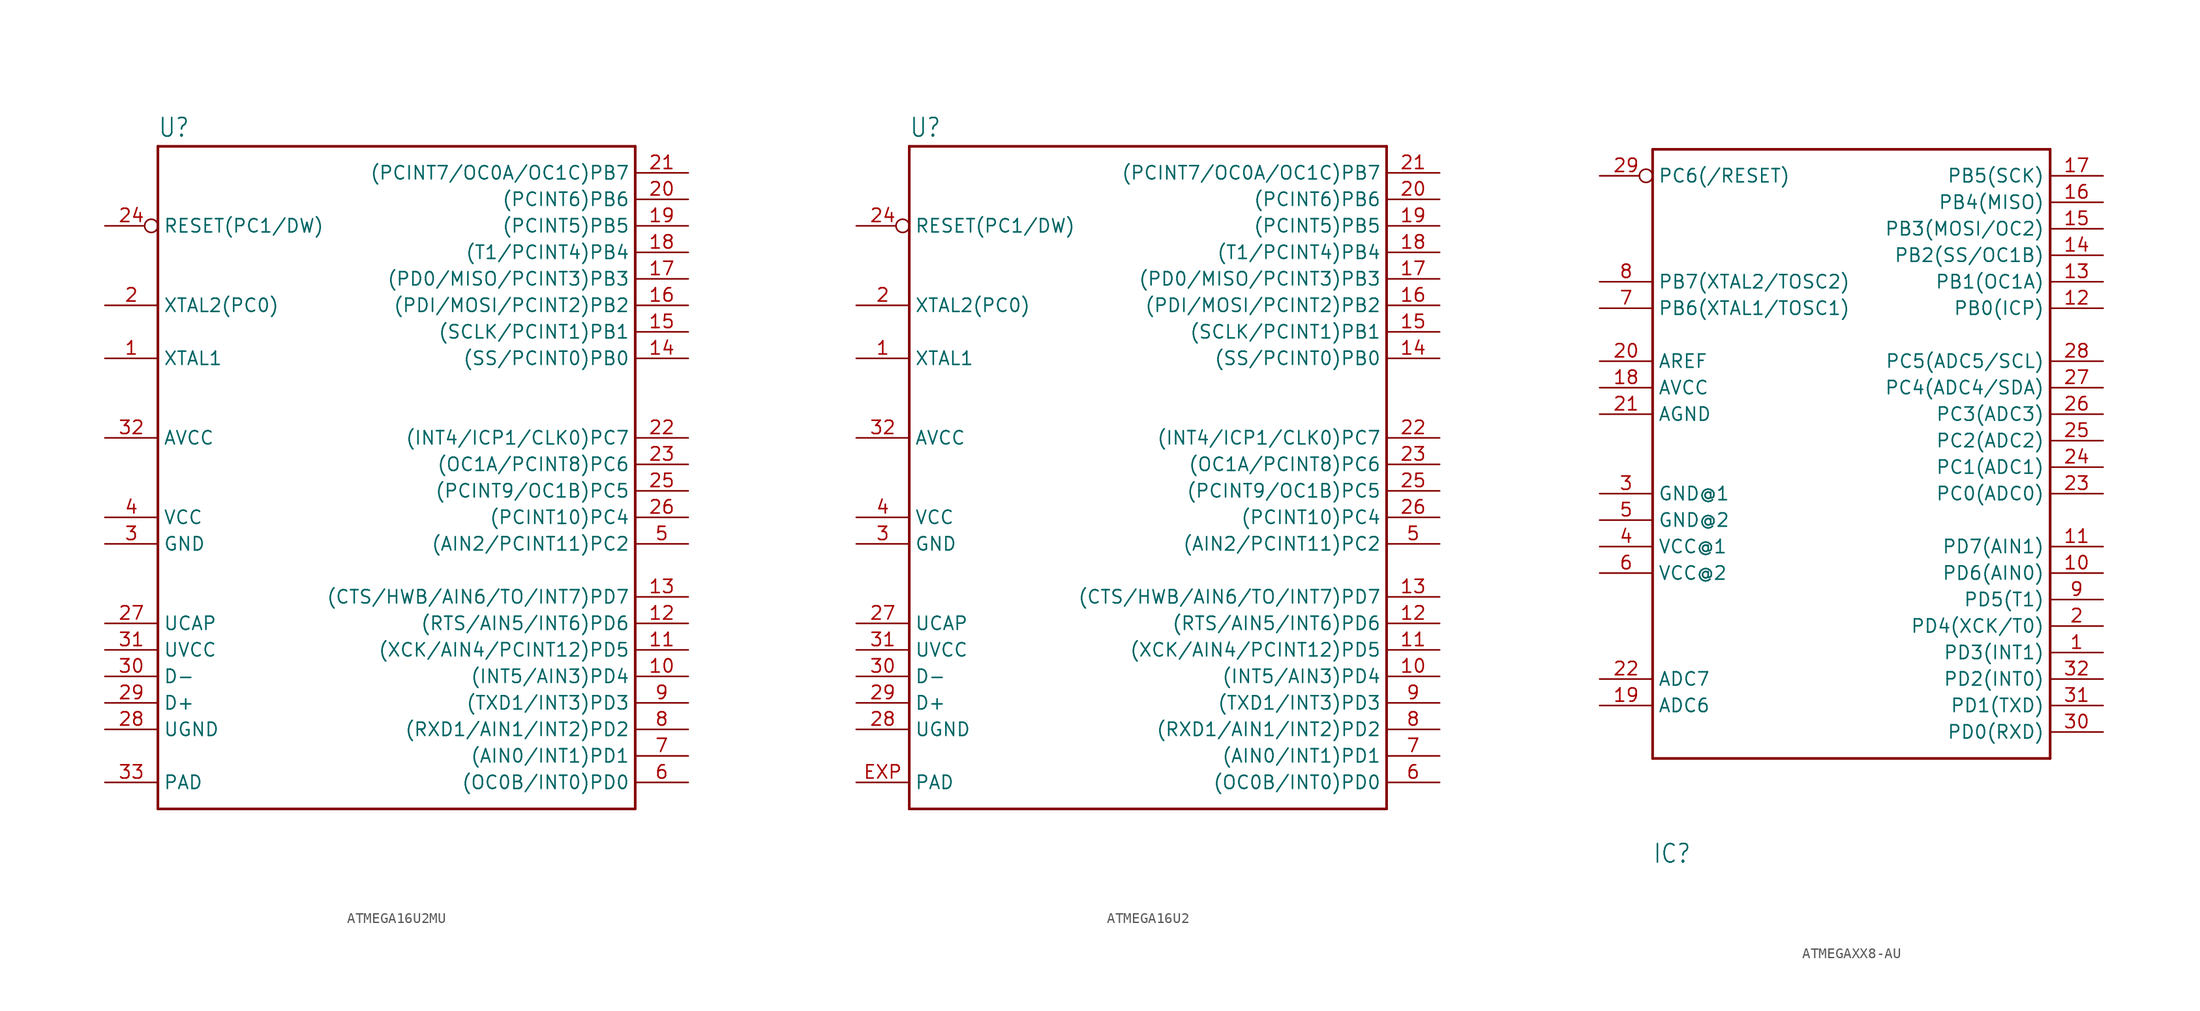
<source format=kicad_sym>
(kicad_symbol_lib
  (version 20220914)
  (generator kicad_symbol_editor)
  (symbol "ATMEGA16U2MU"
    (property "Reference" "U"
      (at -22.86 33.782 0)
      (effects (font (size 1.778 1.511)) (justify left bottom)))
    (property "Value" ""
      (at -22.86 -33.02 0)
      (effects (font (size 1.778 1.511)) (justify left bottom)))
    (property "ki_locked" ""
      (at 0 0 0)
      (effects (font (size 1.27 1.27))))
    (symbol "ATMEGA16U2MU_1_0"
      (polyline (pts (xy -22.86 -30.48) (xy -22.86 33.02)) (stroke (width 0.254) (type solid)) (fill (type none)))
      (polyline (pts (xy -22.86 33.02) (xy 22.86 33.02)) (stroke (width 0.254) (type solid)) (fill (type none)))
      (polyline (pts (xy 22.86 -30.48) (xy -22.86 -30.48)) (stroke (width 0.254) (type solid)) (fill (type none)))
      (polyline (pts (xy 22.86 33.02) (xy 22.86 -30.48)) (stroke (width 0.254) (type solid)) (fill (type none)))
      (pin bidirectional line (at -27.94 12.7 0) (length 5.08) (name "XTAL1" (effects (font (size 1.27 1.27)))) (number "1" (effects (font (size 1.27 1.27)))))
      (pin bidirectional line (at 27.94 -17.78 180) (length 5.08) (name "(INT5/AIN3)PD4" (effects (font (size 1.27 1.27)))) (number "10" (effects (font (size 1.27 1.27)))))
      (pin bidirectional line (at 27.94 -15.24 180) (length 5.08) (name "(XCK/AIN4/PCINT12)PD5" (effects (font (size 1.27 1.27)))) (number "11" (effects (font (size 1.27 1.27)))))
      (pin bidirectional line (at 27.94 -12.7 180) (length 5.08) (name "(RTS/AIN5/INT6)PD6" (effects (font (size 1.27 1.27)))) (number "12" (effects (font (size 1.27 1.27)))))
      (pin bidirectional line (at 27.94 -10.16 180) (length 5.08) (name "(CTS/HWB/AIN6/TO/INT7)PD7" (effects (font (size 1.27 1.27)))) (number "13" (effects (font (size 1.27 1.27)))))
      (pin bidirectional line (at 27.94 12.7 180) (length 5.08) (name "(SS/PCINT0)PB0" (effects (font (size 1.27 1.27)))) (number "14" (effects (font (size 1.27 1.27)))))
      (pin bidirectional line (at 27.94 15.24 180) (length 5.08) (name "(SCLK/PCINT1)PB1" (effects (font (size 1.27 1.27)))) (number "15" (effects (font (size 1.27 1.27)))))
      (pin bidirectional line (at 27.94 17.78 180) (length 5.08) (name "(PDI/MOSI/PCINT2)PB2" (effects (font (size 1.27 1.27)))) (number "16" (effects (font (size 1.27 1.27)))))
      (pin bidirectional line (at 27.94 20.32 180) (length 5.08) (name "(PD0/MISO/PCINT3)PB3" (effects (font (size 1.27 1.27)))) (number "17" (effects (font (size 1.27 1.27)))))
      (pin bidirectional line (at 27.94 22.86 180) (length 5.08) (name "(T1/PCINT4)PB4" (effects (font (size 1.27 1.27)))) (number "18" (effects (font (size 1.27 1.27)))))
      (pin bidirectional line (at 27.94 25.4 180) (length 5.08) (name "(PCINT5)PB5" (effects (font (size 1.27 1.27)))) (number "19" (effects (font (size 1.27 1.27)))))
      (pin bidirectional line (at -27.94 17.78 0) (length 5.08) (name "XTAL2(PC0)" (effects (font (size 1.27 1.27)))) (number "2" (effects (font (size 1.27 1.27)))))
      (pin bidirectional line (at 27.94 27.94 180) (length 5.08) (name "(PCINT6)PB6" (effects (font (size 1.27 1.27)))) (number "20" (effects (font (size 1.27 1.27)))))
      (pin bidirectional line (at 27.94 30.48 180) (length 5.08) (name "(PCINT7/OC0A/OC1C)PB7" (effects (font (size 1.27 1.27)))) (number "21" (effects (font (size 1.27 1.27)))))
      (pin bidirectional line (at 27.94 5.08 180) (length 5.08) (name "(INT4/ICP1/CLK0)PC7" (effects (font (size 1.27 1.27)))) (number "22" (effects (font (size 1.27 1.27)))))
      (pin bidirectional line (at 27.94 2.54 180) (length 5.08) (name "(OC1A/PCINT8)PC6" (effects (font (size 1.27 1.27)))) (number "23" (effects (font (size 1.27 1.27)))))
      (pin input inverted (at -27.94 25.4 0) (length 5.08) (name "RESET(PC1/DW)" (effects (font (size 1.27 1.27)))) (number "24" (effects (font (size 1.27 1.27)))))
      (pin bidirectional line (at 27.94 0 180) (length 5.08) (name "(PCINT9/OC1B)PC5" (effects (font (size 1.27 1.27)))) (number "25" (effects (font (size 1.27 1.27)))))
      (pin bidirectional line (at 27.94 -2.54 180) (length 5.08) (name "(PCINT10)PC4" (effects (font (size 1.27 1.27)))) (number "26" (effects (font (size 1.27 1.27)))))
      (pin passive line (at -27.94 -12.7 0) (length 5.08) (name "UCAP" (effects (font (size 1.27 1.27)))) (number "27" (effects (font (size 1.27 1.27)))))
      (pin power_in line (at -27.94 -22.86 0) (length 5.08) (name "UGND" (effects (font (size 1.27 1.27)))) (number "28" (effects (font (size 1.27 1.27)))))
      (pin bidirectional line (at -27.94 -20.32 0) (length 5.08) (name "D+" (effects (font (size 1.27 1.27)))) (number "29" (effects (font (size 1.27 1.27)))))
      (pin power_in line (at -27.94 -5.08 0) (length 5.08) (name "GND" (effects (font (size 1.27 1.27)))) (number "3" (effects (font (size 1.27 1.27)))))
      (pin bidirectional line (at -27.94 -17.78 0) (length 5.08) (name "D-" (effects (font (size 1.27 1.27)))) (number "30" (effects (font (size 1.27 1.27)))))
      (pin power_in line (at -27.94 -15.24 0) (length 5.08) (name "UVCC" (effects (font (size 1.27 1.27)))) (number "31" (effects (font (size 1.27 1.27)))))
      (pin power_in line (at -27.94 5.08 0) (length 5.08) (name "AVCC" (effects (font (size 1.27 1.27)))) (number "32" (effects (font (size 1.27 1.27)))))
      (pin power_in line (at -27.94 -27.94 0) (length 5.08) (name "PAD" (effects (font (size 1.27 1.27)))) (number "33" (effects (font (size 1.27 1.27)))))
      (pin power_in line (at -27.94 -2.54 0) (length 5.08) (name "VCC" (effects (font (size 1.27 1.27)))) (number "4" (effects (font (size 1.27 1.27)))))
      (pin bidirectional line (at 27.94 -5.08 180) (length 5.08) (name "(AIN2/PCINT11)PC2" (effects (font (size 1.27 1.27)))) (number "5" (effects (font (size 1.27 1.27)))))
      (pin bidirectional line (at 27.94 -27.94 180) (length 5.08) (name "(OC0B/INT0)PD0" (effects (font (size 1.27 1.27)))) (number "6" (effects (font (size 1.27 1.27)))))
      (pin bidirectional line (at 27.94 -25.4 180) (length 5.08) (name "(AIN0/INT1)PD1" (effects (font (size 1.27 1.27)))) (number "7" (effects (font (size 1.27 1.27)))))
      (pin bidirectional line (at 27.94 -22.86 180) (length 5.08) (name "(RXD1/AIN1/INT2)PD2" (effects (font (size 1.27 1.27)))) (number "8" (effects (font (size 1.27 1.27)))))
      (pin bidirectional line (at 27.94 -20.32 180) (length 5.08) (name "(TXD1/INT3)PD3" (effects (font (size 1.27 1.27)))) (number "9" (effects (font (size 1.27 1.27)))))))
  (symbol "ATMEGA16U2"
    (property "Reference" "U"
      (at -22.86 33.782 0)
      (effects (font (size 1.778 1.511)) (justify left bottom)))
    (property "Value" ""
      (at -22.86 -33.02 0)
      (effects (font (size 1.778 1.511)) (justify left bottom)))
    (property "ki_locked" ""
      (at 0 0 0)
      (effects (font (size 1.27 1.27))))
    (symbol "ATMEGA16U2_1_0"
      (polyline (pts (xy -22.86 -30.48) (xy -22.86 33.02)) (stroke (width 0.254) (type solid)) (fill (type none)))
      (polyline (pts (xy -22.86 33.02) (xy 22.86 33.02)) (stroke (width 0.254) (type solid)) (fill (type none)))
      (polyline (pts (xy 22.86 -30.48) (xy -22.86 -30.48)) (stroke (width 0.254) (type solid)) (fill (type none)))
      (polyline (pts (xy 22.86 33.02) (xy 22.86 -30.48)) (stroke (width 0.254) (type solid)) (fill (type none)))
      (pin bidirectional line (at -27.94 12.7 0) (length 5.08) (name "XTAL1" (effects (font (size 1.27 1.27)))) (number "1" (effects (font (size 1.27 1.27)))))
      (pin bidirectional line (at 27.94 -17.78 180) (length 5.08) (name "(INT5/AIN3)PD4" (effects (font (size 1.27 1.27)))) (number "10" (effects (font (size 1.27 1.27)))))
      (pin bidirectional line (at 27.94 -15.24 180) (length 5.08) (name "(XCK/AIN4/PCINT12)PD5" (effects (font (size 1.27 1.27)))) (number "11" (effects (font (size 1.27 1.27)))))
      (pin bidirectional line (at 27.94 -12.7 180) (length 5.08) (name "(RTS/AIN5/INT6)PD6" (effects (font (size 1.27 1.27)))) (number "12" (effects (font (size 1.27 1.27)))))
      (pin bidirectional line (at 27.94 -10.16 180) (length 5.08) (name "(CTS/HWB/AIN6/TO/INT7)PD7" (effects (font (size 1.27 1.27)))) (number "13" (effects (font (size 1.27 1.27)))))
      (pin bidirectional line (at 27.94 12.7 180) (length 5.08) (name "(SS/PCINT0)PB0" (effects (font (size 1.27 1.27)))) (number "14" (effects (font (size 1.27 1.27)))))
      (pin bidirectional line (at 27.94 15.24 180) (length 5.08) (name "(SCLK/PCINT1)PB1" (effects (font (size 1.27 1.27)))) (number "15" (effects (font (size 1.27 1.27)))))
      (pin bidirectional line (at 27.94 17.78 180) (length 5.08) (name "(PDI/MOSI/PCINT2)PB2" (effects (font (size 1.27 1.27)))) (number "16" (effects (font (size 1.27 1.27)))))
      (pin bidirectional line (at 27.94 20.32 180) (length 5.08) (name "(PD0/MISO/PCINT3)PB3" (effects (font (size 1.27 1.27)))) (number "17" (effects (font (size 1.27 1.27)))))
      (pin bidirectional line (at 27.94 22.86 180) (length 5.08) (name "(T1/PCINT4)PB4" (effects (font (size 1.27 1.27)))) (number "18" (effects (font (size 1.27 1.27)))))
      (pin bidirectional line (at 27.94 25.4 180) (length 5.08) (name "(PCINT5)PB5" (effects (font (size 1.27 1.27)))) (number "19" (effects (font (size 1.27 1.27)))))
      (pin bidirectional line (at -27.94 17.78 0) (length 5.08) (name "XTAL2(PC0)" (effects (font (size 1.27 1.27)))) (number "2" (effects (font (size 1.27 1.27)))))
      (pin bidirectional line (at 27.94 27.94 180) (length 5.08) (name "(PCINT6)PB6" (effects (font (size 1.27 1.27)))) (number "20" (effects (font (size 1.27 1.27)))))
      (pin bidirectional line (at 27.94 30.48 180) (length 5.08) (name "(PCINT7/OC0A/OC1C)PB7" (effects (font (size 1.27 1.27)))) (number "21" (effects (font (size 1.27 1.27)))))
      (pin bidirectional line (at 27.94 5.08 180) (length 5.08) (name "(INT4/ICP1/CLK0)PC7" (effects (font (size 1.27 1.27)))) (number "22" (effects (font (size 1.27 1.27)))))
      (pin bidirectional line (at 27.94 2.54 180) (length 5.08) (name "(OC1A/PCINT8)PC6" (effects (font (size 1.27 1.27)))) (number "23" (effects (font (size 1.27 1.27)))))
      (pin input inverted (at -27.94 25.4 0) (length 5.08) (name "RESET(PC1/DW)" (effects (font (size 1.27 1.27)))) (number "24" (effects (font (size 1.27 1.27)))))
      (pin bidirectional line (at 27.94 0 180) (length 5.08) (name "(PCINT9/OC1B)PC5" (effects (font (size 1.27 1.27)))) (number "25" (effects (font (size 1.27 1.27)))))
      (pin bidirectional line (at 27.94 -2.54 180) (length 5.08) (name "(PCINT10)PC4" (effects (font (size 1.27 1.27)))) (number "26" (effects (font (size 1.27 1.27)))))
      (pin passive line (at -27.94 -12.7 0) (length 5.08) (name "UCAP" (effects (font (size 1.27 1.27)))) (number "27" (effects (font (size 1.27 1.27)))))
      (pin power_in line (at -27.94 -22.86 0) (length 5.08) (name "UGND" (effects (font (size 1.27 1.27)))) (number "28" (effects (font (size 1.27 1.27)))))
      (pin bidirectional line (at -27.94 -20.32 0) (length 5.08) (name "D+" (effects (font (size 1.27 1.27)))) (number "29" (effects (font (size 1.27 1.27)))))
      (pin power_in line (at -27.94 -5.08 0) (length 5.08) (name "GND" (effects (font (size 1.27 1.27)))) (number "3" (effects (font (size 1.27 1.27)))))
      (pin bidirectional line (at -27.94 -17.78 0) (length 5.08) (name "D-" (effects (font (size 1.27 1.27)))) (number "30" (effects (font (size 1.27 1.27)))))
      (pin power_in line (at -27.94 -15.24 0) (length 5.08) (name "UVCC" (effects (font (size 1.27 1.27)))) (number "31" (effects (font (size 1.27 1.27)))))
      (pin power_in line (at -27.94 5.08 0) (length 5.08) (name "AVCC" (effects (font (size 1.27 1.27)))) (number "32" (effects (font (size 1.27 1.27)))))
      (pin power_in line (at -27.94 -2.54 0) (length 5.08) (name "VCC" (effects (font (size 1.27 1.27)))) (number "4" (effects (font (size 1.27 1.27)))))
      (pin bidirectional line (at 27.94 -5.08 180) (length 5.08) (name "(AIN2/PCINT11)PC2" (effects (font (size 1.27 1.27)))) (number "5" (effects (font (size 1.27 1.27)))))
      (pin bidirectional line (at 27.94 -27.94 180) (length 5.08) (name "(OC0B/INT0)PD0" (effects (font (size 1.27 1.27)))) (number "6" (effects (font (size 1.27 1.27)))))
      (pin bidirectional line (at 27.94 -25.4 180) (length 5.08) (name "(AIN0/INT1)PD1" (effects (font (size 1.27 1.27)))) (number "7" (effects (font (size 1.27 1.27)))))
      (pin bidirectional line (at 27.94 -22.86 180) (length 5.08) (name "(RXD1/AIN1/INT2)PD2" (effects (font (size 1.27 1.27)))) (number "8" (effects (font (size 1.27 1.27)))))
      (pin bidirectional line (at 27.94 -20.32 180) (length 5.08) (name "(TXD1/INT3)PD3" (effects (font (size 1.27 1.27)))) (number "9" (effects (font (size 1.27 1.27)))))
      (pin power_in line (at -27.94 -27.94 0) (length 5.08) (name "PAD" (effects (font (size 1.27 1.27)))) (number "EXP" (effects (font (size 1.27 1.27)))))))
  (symbol "ATMEGAXX8-AU"
    (property "Reference" "IC"
      (at -17.78 -40.64 0)
      (effects (font (size 1.778 1.511)) (justify left bottom)))
    (property "Value" ""
      (at -5.08 30.48 0)
      (effects (font (size 1.778 1.511)) (justify left bottom)))
    (property "ki_locked" ""
      (at 0 0 0)
      (effects (font (size 1.27 1.27))))
    (symbol "ATMEGAXX8-AU_1_0"
      (polyline (pts (xy -17.78 -30.48) (xy -17.78 27.94)) (stroke (width 0.254) (type solid)) (fill (type none)))
      (polyline (pts (xy -17.78 27.94) (xy 20.32 27.94)) (stroke (width 0.254) (type solid)) (fill (type none)))
      (polyline (pts (xy 20.32 -30.48) (xy -17.78 -30.48)) (stroke (width 0.254) (type solid)) (fill (type none)))
      (polyline (pts (xy 20.32 27.94) (xy 20.32 -30.48)) (stroke (width 0.254) (type solid)) (fill (type none)))
      (pin bidirectional line (at 25.4 -20.32 180) (length 5.08) (name "PD3(INT1)" (effects (font (size 1.27 1.27)))) (number "1" (effects (font (size 1.27 1.27)))))
      (pin bidirectional line (at 25.4 -12.7 180) (length 5.08) (name "PD6(AIN0)" (effects (font (size 1.27 1.27)))) (number "10" (effects (font (size 1.27 1.27)))))
      (pin bidirectional line (at 25.4 -10.16 180) (length 5.08) (name "PD7(AIN1)" (effects (font (size 1.27 1.27)))) (number "11" (effects (font (size 1.27 1.27)))))
      (pin bidirectional line (at 25.4 12.7 180) (length 5.08) (name "PB0(ICP)" (effects (font (size 1.27 1.27)))) (number "12" (effects (font (size 1.27 1.27)))))
      (pin bidirectional line (at 25.4 15.24 180) (length 5.08) (name "PB1(OC1A)" (effects (font (size 1.27 1.27)))) (number "13" (effects (font (size 1.27 1.27)))))
      (pin bidirectional line (at 25.4 17.78 180) (length 5.08) (name "PB2(SS/OC1B)" (effects (font (size 1.27 1.27)))) (number "14" (effects (font (size 1.27 1.27)))))
      (pin bidirectional line (at 25.4 20.32 180) (length 5.08) (name "PB3(MOSI/OC2)" (effects (font (size 1.27 1.27)))) (number "15" (effects (font (size 1.27 1.27)))))
      (pin bidirectional line (at 25.4 22.86 180) (length 5.08) (name "PB4(MISO)" (effects (font (size 1.27 1.27)))) (number "16" (effects (font (size 1.27 1.27)))))
      (pin bidirectional line (at 25.4 25.4 180) (length 5.08) (name "PB5(SCK)" (effects (font (size 1.27 1.27)))) (number "17" (effects (font (size 1.27 1.27)))))
      (pin bidirectional line (at -22.86 5.08 0) (length 5.08) (name "AVCC" (effects (font (size 1.27 1.27)))) (number "18" (effects (font (size 1.27 1.27)))))
      (pin bidirectional line (at -22.86 -25.4 0) (length 5.08) (name "ADC6" (effects (font (size 1.27 1.27)))) (number "19" (effects (font (size 1.27 1.27)))))
      (pin bidirectional line (at 25.4 -17.78 180) (length 5.08) (name "PD4(XCK/T0)" (effects (font (size 1.27 1.27)))) (number "2" (effects (font (size 1.27 1.27)))))
      (pin bidirectional line (at -22.86 7.62 0) (length 5.08) (name "AREF" (effects (font (size 1.27 1.27)))) (number "20" (effects (font (size 1.27 1.27)))))
      (pin bidirectional line (at -22.86 2.54 0) (length 5.08) (name "AGND" (effects (font (size 1.27 1.27)))) (number "21" (effects (font (size 1.27 1.27)))))
      (pin bidirectional line (at -22.86 -22.86 0) (length 5.08) (name "ADC7" (effects (font (size 1.27 1.27)))) (number "22" (effects (font (size 1.27 1.27)))))
      (pin bidirectional line (at 25.4 -5.08 180) (length 5.08) (name "PC0(ADC0)" (effects (font (size 1.27 1.27)))) (number "23" (effects (font (size 1.27 1.27)))))
      (pin bidirectional line (at 25.4 -2.54 180) (length 5.08) (name "PC1(ADC1)" (effects (font (size 1.27 1.27)))) (number "24" (effects (font (size 1.27 1.27)))))
      (pin bidirectional line (at 25.4 0 180) (length 5.08) (name "PC2(ADC2)" (effects (font (size 1.27 1.27)))) (number "25" (effects (font (size 1.27 1.27)))))
      (pin bidirectional line (at 25.4 2.54 180) (length 5.08) (name "PC3(ADC3)" (effects (font (size 1.27 1.27)))) (number "26" (effects (font (size 1.27 1.27)))))
      (pin bidirectional line (at 25.4 5.08 180) (length 5.08) (name "PC4(ADC4/SDA)" (effects (font (size 1.27 1.27)))) (number "27" (effects (font (size 1.27 1.27)))))
      (pin bidirectional line (at 25.4 7.62 180) (length 5.08) (name "PC5(ADC5/SCL)" (effects (font (size 1.27 1.27)))) (number "28" (effects (font (size 1.27 1.27)))))
      (pin bidirectional inverted (at -22.86 25.4 0) (length 5.08) (name "PC6(/RESET)" (effects (font (size 1.27 1.27)))) (number "29" (effects (font (size 1.27 1.27)))))
      (pin bidirectional line (at -22.86 -5.08 0) (length 5.08) (name "GND@1" (effects (font (size 1.27 1.27)))) (number "3" (effects (font (size 1.27 1.27)))))
      (pin bidirectional line (at 25.4 -27.94 180) (length 5.08) (name "PD0(RXD)" (effects (font (size 1.27 1.27)))) (number "30" (effects (font (size 1.27 1.27)))))
      (pin bidirectional line (at 25.4 -25.4 180) (length 5.08) (name "PD1(TXD)" (effects (font (size 1.27 1.27)))) (number "31" (effects (font (size 1.27 1.27)))))
      (pin bidirectional line (at 25.4 -22.86 180) (length 5.08) (name "PD2(INT0)" (effects (font (size 1.27 1.27)))) (number "32" (effects (font (size 1.27 1.27)))))
      (pin bidirectional line (at -22.86 -10.16 0) (length 5.08) (name "VCC@1" (effects (font (size 1.27 1.27)))) (number "4" (effects (font (size 1.27 1.27)))))
      (pin bidirectional line (at -22.86 -7.62 0) (length 5.08) (name "GND@2" (effects (font (size 1.27 1.27)))) (number "5" (effects (font (size 1.27 1.27)))))
      (pin bidirectional line (at -22.86 -12.7 0) (length 5.08) (name "VCC@2" (effects (font (size 1.27 1.27)))) (number "6" (effects (font (size 1.27 1.27)))))
      (pin bidirectional line (at -22.86 12.7 0) (length 5.08) (name "PB6(XTAL1/TOSC1)" (effects (font (size 1.27 1.27)))) (number "7" (effects (font (size 1.27 1.27)))))
      (pin bidirectional line (at -22.86 15.24 0) (length 5.08) (name "PB7(XTAL2/TOSC2)" (effects (font (size 1.27 1.27)))) (number "8" (effects (font (size 1.27 1.27)))))
      (pin bidirectional line (at 25.4 -15.24 180) (length 5.08) (name "PD5(T1)" (effects (font (size 1.27 1.27)))) (number "9" (effects (font (size 1.27 1.27))))))))
</source>
